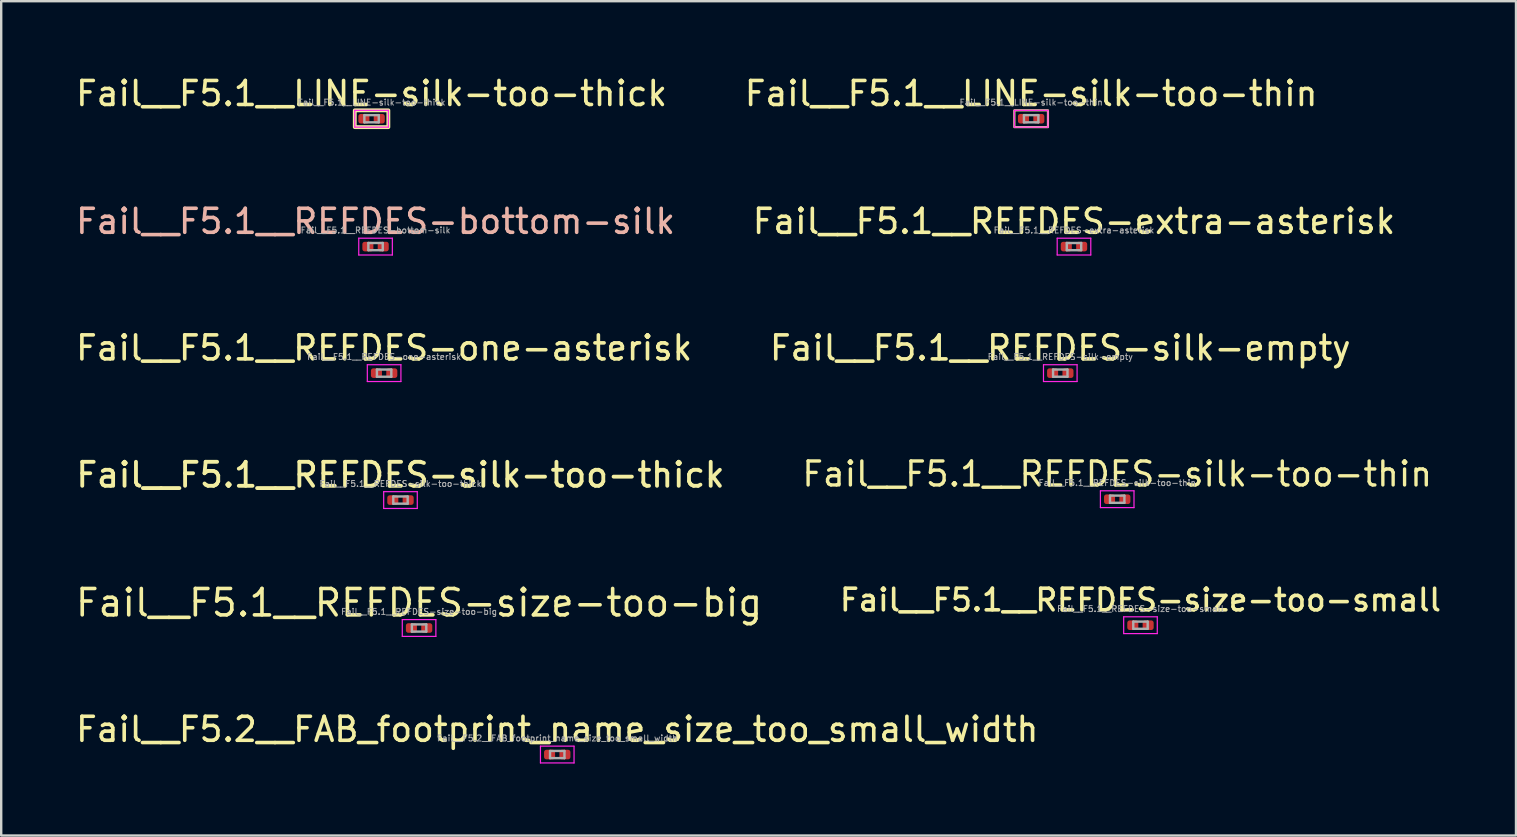
<source format=kicad_pcb>
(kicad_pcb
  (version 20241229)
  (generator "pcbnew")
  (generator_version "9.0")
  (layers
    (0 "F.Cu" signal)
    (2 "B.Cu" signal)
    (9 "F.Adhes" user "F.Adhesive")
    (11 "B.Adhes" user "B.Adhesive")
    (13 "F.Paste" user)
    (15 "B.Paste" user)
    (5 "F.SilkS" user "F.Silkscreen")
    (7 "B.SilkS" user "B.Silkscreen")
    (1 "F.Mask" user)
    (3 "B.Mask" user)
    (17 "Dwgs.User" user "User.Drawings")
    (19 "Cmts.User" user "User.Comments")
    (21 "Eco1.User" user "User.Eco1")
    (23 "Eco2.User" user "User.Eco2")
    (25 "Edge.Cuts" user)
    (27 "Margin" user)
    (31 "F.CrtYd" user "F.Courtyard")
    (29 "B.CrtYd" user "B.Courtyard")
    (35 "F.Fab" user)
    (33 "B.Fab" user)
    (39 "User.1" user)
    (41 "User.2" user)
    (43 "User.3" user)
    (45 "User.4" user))
  (footprint "Fail__F5.1__REFDES-extra-asterisk"
    (layer "F.Cu")
    (at 41.708 7.226)
    (property "Reference" "Fail__F5.1__REFDES-extra-asterisk" (at 0 -1.05 0) (layer "F.SilkS") (effects (font (size 1 1) (thickness 0.15))))
    (attr smd)
    (fp_line (start -0.7 -0.35) (end 0.7 -0.35) (stroke (width 0.05) (type solid)) (layer "F.CrtYd"))
    (fp_line (start -0.7 0.35) (end -0.7 -0.35) (stroke (width 0.05) (type solid)) (layer "F.CrtYd"))
    (fp_line (start 0.7 -0.35) (end 0.7 0.35) (stroke (width 0.05) (type solid)) (layer "F.CrtYd"))
    (fp_line (start 0.7 0.35) (end -0.7 0.35) (stroke (width 0.05) (type solid)) (layer "F.CrtYd"))
    (fp_line (start -0.3 -0.15) (end 0.3 -0.15) (stroke (width 0.1) (type solid)) (layer "F.Fab"))
    (fp_line (start -0.3 0.15) (end -0.3 -0.15) (stroke (width 0.1) (type solid)) (layer "F.Fab"))
    (fp_line (start 0.3 -0.15) (end 0.3 0.15) (stroke (width 0.1) (type solid)) (layer "F.Fab"))
    (fp_line (start 0.3 0.15) (end -0.3 0.15) (stroke (width 0.1) (type solid)) (layer "F.Fab"))
    (fp_text user "${REFERENCE}" (at 0 -0.68 0) (layer "F.Fab") (effects (font (size 0.25 0.25) (thickness 0.04))))
    (pad "" smd roundrect (at -0.345 0) (size 0.318 0.36) (layers "F.Paste") (roundrect_rratio 0.25))
    (pad "" smd roundrect (at 0.345 0) (size 0.318 0.36) (layers "F.Paste") (roundrect_rratio 0.25))
    (pad "1" smd roundrect (at -0.32 0) (size 0.46 0.4) (layers "F.Cu" "F.Mask") (roundrect_rratio 0.25))
    (pad "2" smd roundrect (at 0.32 0) (size 0.46 0.4) (layers "F.Cu" "F.Mask") (roundrect_rratio 0.25)))
  (footprint "Fail__F5.1__REFDES-bottom-silk"
    (layer "F.Cu")
    (at 12.601 7.226)
    (property "Reference" "Fail__F5.1__REFDES-bottom-silk" (at 0 -1.05 0) (layer "B.SilkS") (effects (font (size 1 1) (thickness 0.15))))
    (attr smd)
    (fp_line (start -0.7 -0.35) (end 0.7 -0.35) (stroke (width 0.05) (type solid)) (layer "F.CrtYd"))
    (fp_line (start -0.7 0.35) (end -0.7 -0.35) (stroke (width 0.05) (type solid)) (layer "F.CrtYd"))
    (fp_line (start 0.7 -0.35) (end 0.7 0.35) (stroke (width 0.05) (type solid)) (layer "F.CrtYd"))
    (fp_line (start 0.7 0.35) (end -0.7 0.35) (stroke (width 0.05) (type solid)) (layer "F.CrtYd"))
    (fp_line (start -0.3 -0.15) (end 0.3 -0.15) (stroke (width 0.1) (type solid)) (layer "F.Fab"))
    (fp_line (start -0.3 0.15) (end -0.3 -0.15) (stroke (width 0.1) (type solid)) (layer "F.Fab"))
    (fp_line (start 0.3 -0.15) (end 0.3 0.15) (stroke (width 0.1) (type solid)) (layer "F.Fab"))
    (fp_line (start 0.3 0.15) (end -0.3 0.15) (stroke (width 0.1) (type solid)) (layer "F.Fab"))
    (fp_text user "${REFERENCE}" (at 0 -0.68 0) (layer "F.Fab") (effects (font (size 0.25 0.25) (thickness 0.04))))
    (pad "" smd roundrect (at -0.345 0) (size 0.318 0.36) (layers "F.Paste") (roundrect_rratio 0.25))
    (pad "" smd roundrect (at 0.345 0) (size 0.318 0.36) (layers "F.Paste") (roundrect_rratio 0.25))
    (pad "1" smd roundrect (at -0.32 0) (size 0.46 0.4) (layers "F.Cu" "F.Mask") (roundrect_rratio 0.25))
    (pad "2" smd roundrect (at 0.32 0) (size 0.46 0.4) (layers "F.Cu" "F.Mask") (roundrect_rratio 0.25)))
  (footprint "Fail__F5.1__REFDES-silk-empty"
    (layer "F.Cu")
    (at 41.137 12.5)
    (property "Reference" "Fail__F5.1__REFDES-silk-empty" (at 0 -1.05 0) (layer "F.SilkS") (effects (font (size 1 1) (thickness 0.15))))
    (attr smd)
    (fp_line (start -0.7 -0.35) (end 0.7 -0.35) (stroke (width 0.05) (type solid)) (layer "F.CrtYd"))
    (fp_line (start -0.7 0.35) (end -0.7 -0.35) (stroke (width 0.05) (type solid)) (layer "F.CrtYd"))
    (fp_line (start 0.7 -0.35) (end 0.7 0.35) (stroke (width 0.05) (type solid)) (layer "F.CrtYd"))
    (fp_line (start 0.7 0.35) (end -0.7 0.35) (stroke (width 0.05) (type solid)) (layer "F.CrtYd"))
    (fp_line (start -0.3 -0.15) (end 0.3 -0.15) (stroke (width 0.1) (type solid)) (layer "F.Fab"))
    (fp_line (start -0.3 0.15) (end -0.3 -0.15) (stroke (width 0.1) (type solid)) (layer "F.Fab"))
    (fp_line (start 0.3 -0.15) (end 0.3 0.15) (stroke (width 0.1) (type solid)) (layer "F.Fab"))
    (fp_line (start 0.3 0.15) (end -0.3 0.15) (stroke (width 0.1) (type solid)) (layer "F.Fab"))
    (fp_text user "${REFERENCE}" (at 0 -0.68 0) (layer "F.Fab") (effects (font (size 0.25 0.25) (thickness 0.04))))
    (pad "" smd roundrect (at -0.345 0) (size 0.318 0.36) (layers "F.Paste") (roundrect_rratio 0.25))
    (pad "" smd roundrect (at 0.345 0) (size 0.318 0.36) (layers "F.Paste") (roundrect_rratio 0.25))
    (pad "1" smd roundrect (at -0.32 0) (size 0.46 0.4) (layers "F.Cu" "F.Mask") (roundrect_rratio 0.25))
    (pad "2" smd roundrect (at 0.32 0) (size 0.46 0.4) (layers "F.Cu" "F.Mask") (roundrect_rratio 0.25)))
  (footprint "Fail__F5.1__LINE-silk-too-thin"
    (layer "F.Cu")
    (at 39.923 1.898)
    (property "Reference" "Fail__F5.1__LINE-silk-too-thin" (at 0 -1.05 0) (layer "F.SilkS") (effects (font (size 1 1) (thickness 0.15))))
    (attr smd)
    (fp_rect (start -0.7 -0.35) (end 0.7 0.35) (stroke (width 0.09) (type solid)) (fill no) (layer "F.SilkS"))
    (fp_line (start -0.7 -0.35) (end 0.7 -0.35) (stroke (width 0.05) (type solid)) (layer "F.CrtYd"))
    (fp_line (start -0.7 0.35) (end -0.7 -0.35) (stroke (width 0.05) (type solid)) (layer "F.CrtYd"))
    (fp_line (start 0.7 -0.35) (end 0.7 0.35) (stroke (width 0.05) (type solid)) (layer "F.CrtYd"))
    (fp_line (start 0.7 0.35) (end -0.7 0.35) (stroke (width 0.05) (type solid)) (layer "F.CrtYd"))
    (fp_line (start -0.3 -0.15) (end 0.3 -0.15) (stroke (width 0.1) (type solid)) (layer "F.Fab"))
    (fp_line (start -0.3 0.15) (end -0.3 -0.15) (stroke (width 0.1) (type solid)) (layer "F.Fab"))
    (fp_line (start 0.3 -0.15) (end 0.3 0.15) (stroke (width 0.1) (type solid)) (layer "F.Fab"))
    (fp_line (start 0.3 0.15) (end -0.3 0.15) (stroke (width 0.1) (type solid)) (layer "F.Fab"))
    (fp_text user "${REFERENCE}" (at 0 -0.68 0) (layer "F.Fab") (effects (font (size 0.25 0.25) (thickness 0.04))))
    (pad "" smd roundrect (at -0.345 0) (size 0.318 0.36) (layers "F.Paste") (roundrect_rratio 0.25))
    (pad "" smd roundrect (at 0.345 0) (size 0.318 0.36) (layers "F.Paste") (roundrect_rratio 0.25))
    (pad "1" smd roundrect (at -0.32 0) (size 0.46 0.4) (layers "F.Cu" "F.Mask") (roundrect_rratio 0.25))
    (pad "2" smd roundrect (at 0.32 0) (size 0.46 0.4) (layers "F.Cu" "F.Mask") (roundrect_rratio 0.25)))
  (footprint "Fail__F5.1__REFDES-silk-too-thick"
    (layer "F.Cu")
    (at 13.64 17.791)
    (property "Reference" "Fail__F5.1__REFDES-silk-too-thick" (at 0 -1.05 0) (layer "F.SilkS") (effects (font (size 1 1) (thickness 0.16))))
    (attr smd)
    (fp_line (start -0.7 -0.35) (end 0.7 -0.35) (stroke (width 0.05) (type solid)) (layer "F.CrtYd"))
    (fp_line (start -0.7 0.35) (end -0.7 -0.35) (stroke (width 0.05) (type solid)) (layer "F.CrtYd"))
    (fp_line (start 0.7 -0.35) (end 0.7 0.35) (stroke (width 0.05) (type solid)) (layer "F.CrtYd"))
    (fp_line (start 0.7 0.35) (end -0.7 0.35) (stroke (width 0.05) (type solid)) (layer "F.CrtYd"))
    (fp_line (start -0.3 -0.15) (end 0.3 -0.15) (stroke (width 0.1) (type solid)) (layer "F.Fab"))
    (fp_line (start -0.3 0.15) (end -0.3 -0.15) (stroke (width 0.1) (type solid)) (layer "F.Fab"))
    (fp_line (start 0.3 -0.15) (end 0.3 0.15) (stroke (width 0.1) (type solid)) (layer "F.Fab"))
    (fp_line (start 0.3 0.15) (end -0.3 0.15) (stroke (width 0.1) (type solid)) (layer "F.Fab"))
    (fp_text user "${REFERENCE}" (at 0 -0.68 0) (layer "F.Fab") (effects (font (size 0.25 0.25) (thickness 0.04))))
    (pad "" smd roundrect (at -0.345 0) (size 0.318 0.36) (layers "F.Paste") (roundrect_rratio 0.25))
    (pad "" smd roundrect (at 0.345 0) (size 0.318 0.36) (layers "F.Paste") (roundrect_rratio 0.25))
    (pad "1" smd roundrect (at -0.32 0) (size 0.46 0.4) (layers "F.Cu" "F.Mask") (roundrect_rratio 0.25))
    (pad "2" smd roundrect (at 0.32 0) (size 0.46 0.4) (layers "F.Cu" "F.Mask") (roundrect_rratio 0.25)))
  (footprint "Fail__F5.1__REFDES-silk-too-thin"
    (layer "F.Cu")
    (at 43.509 17.755)
    (property "Reference" "Fail__F5.1__REFDES-silk-too-thin" (at 0 -1.05 0) (layer "F.SilkS") (effects (font (size 1 1) (thickness 0.14))))
    (attr smd)
    (fp_line (start -0.7 -0.35) (end 0.7 -0.35) (stroke (width 0.05) (type solid)) (layer "F.CrtYd"))
    (fp_line (start -0.7 0.35) (end -0.7 -0.35) (stroke (width 0.05) (type solid)) (layer "F.CrtYd"))
    (fp_line (start 0.7 -0.35) (end 0.7 0.35) (stroke (width 0.05) (type solid)) (layer "F.CrtYd"))
    (fp_line (start 0.7 0.35) (end -0.7 0.35) (stroke (width 0.05) (type solid)) (layer "F.CrtYd"))
    (fp_line (start -0.3 -0.15) (end 0.3 -0.15) (stroke (width 0.1) (type solid)) (layer "F.Fab"))
    (fp_line (start -0.3 0.15) (end -0.3 -0.15) (stroke (width 0.1) (type solid)) (layer "F.Fab"))
    (fp_line (start 0.3 -0.15) (end 0.3 0.15) (stroke (width 0.1) (type solid)) (layer "F.Fab"))
    (fp_line (start 0.3 0.15) (end -0.3 0.15) (stroke (width 0.1) (type solid)) (layer "F.Fab"))
    (fp_text user "${REFERENCE}" (at 0 -0.68 0) (layer "F.Fab") (effects (font (size 0.25 0.25) (thickness 0.04))))
    (pad "" smd roundrect (at -0.345 0) (size 0.318 0.36) (layers "F.Paste") (roundrect_rratio 0.25))
    (pad "" smd roundrect (at 0.345 0) (size 0.318 0.36) (layers "F.Paste") (roundrect_rratio 0.25))
    (pad "1" smd roundrect (at -0.32 0) (size 0.46 0.4) (layers "F.Cu" "F.Mask") (roundrect_rratio 0.25))
    (pad "2" smd roundrect (at 0.32 0) (size 0.46 0.4) (layers "F.Cu" "F.Mask") (roundrect_rratio 0.25)))
  (footprint "Fail__F5.1__REFDES-size-too-small"
    (layer "F.Cu")
    (at 44.479 23.005)
    (property "Reference" "Fail__F5.1__REFDES-size-too-small" (at 0 -1.05 0) (layer "F.SilkS") (effects (font (size 0.9 0.9) (thickness 0.15))))
    (attr smd)
    (fp_line (start -0.7 -0.35) (end 0.7 -0.35) (stroke (width 0.05) (type solid)) (layer "F.CrtYd"))
    (fp_line (start -0.7 0.35) (end -0.7 -0.35) (stroke (width 0.05) (type solid)) (layer "F.CrtYd"))
    (fp_line (start 0.7 -0.35) (end 0.7 0.35) (stroke (width 0.05) (type solid)) (layer "F.CrtYd"))
    (fp_line (start 0.7 0.35) (end -0.7 0.35) (stroke (width 0.05) (type solid)) (layer "F.CrtYd"))
    (fp_line (start -0.3 -0.15) (end 0.3 -0.15) (stroke (width 0.1) (type solid)) (layer "F.Fab"))
    (fp_line (start -0.3 0.15) (end -0.3 -0.15) (stroke (width 0.1) (type solid)) (layer "F.Fab"))
    (fp_line (start 0.3 -0.15) (end 0.3 0.15) (stroke (width 0.1) (type solid)) (layer "F.Fab"))
    (fp_line (start 0.3 0.15) (end -0.3 0.15) (stroke (width 0.1) (type solid)) (layer "F.Fab"))
    (fp_text user "${REFERENCE}" (at 0 -0.68 0) (layer "F.Fab") (effects (font (size 0.25 0.25) (thickness 0.04))))
    (pad "" smd roundrect (at -0.345 0) (size 0.318 0.36) (layers "F.Paste") (roundrect_rratio 0.25))
    (pad "" smd roundrect (at 0.345 0) (size 0.318 0.36) (layers "F.Paste") (roundrect_rratio 0.25))
    (pad "1" smd roundrect (at -0.32 0) (size 0.46 0.4) (layers "F.Cu" "F.Mask") (roundrect_rratio 0.25))
    (pad "2" smd roundrect (at 0.32 0) (size 0.46 0.4) (layers "F.Cu" "F.Mask") (roundrect_rratio 0.25)))
  (footprint "Fail__F5.1__REFDES-size-too-big"
    (layer "F.Cu")
    (at 14.415 23.122)
    (property "Reference" "Fail__F5.1__REFDES-size-too-big" (at 0 -1.05 0) (layer "F.SilkS") (effects (font (size 1.1 1.1) (thickness 0.15))))
    (attr smd)
    (fp_line (start -0.7 -0.35) (end 0.7 -0.35) (stroke (width 0.05) (type solid)) (layer "F.CrtYd"))
    (fp_line (start -0.7 0.35) (end -0.7 -0.35) (stroke (width 0.05) (type solid)) (layer "F.CrtYd"))
    (fp_line (start 0.7 -0.35) (end 0.7 0.35) (stroke (width 0.05) (type solid)) (layer "F.CrtYd"))
    (fp_line (start 0.7 0.35) (end -0.7 0.35) (stroke (width 0.05) (type solid)) (layer "F.CrtYd"))
    (fp_line (start -0.3 -0.15) (end 0.3 -0.15) (stroke (width 0.1) (type solid)) (layer "F.Fab"))
    (fp_line (start -0.3 0.15) (end -0.3 -0.15) (stroke (width 0.1) (type solid)) (layer "F.Fab"))
    (fp_line (start 0.3 -0.15) (end 0.3 0.15) (stroke (width 0.1) (type solid)) (layer "F.Fab"))
    (fp_line (start 0.3 0.15) (end -0.3 0.15) (stroke (width 0.1) (type solid)) (layer "F.Fab"))
    (fp_text user "${REFERENCE}" (at 0 -0.68 0) (layer "F.Fab") (effects (font (size 0.25 0.25) (thickness 0.04))))
    (pad "" smd roundrect (at -0.345 0) (size 0.318 0.36) (layers "F.Paste") (roundrect_rratio 0.25))
    (pad "" smd roundrect (at 0.345 0) (size 0.318 0.36) (layers "F.Paste") (roundrect_rratio 0.25))
    (pad "1" smd roundrect (at -0.32 0) (size 0.46 0.4) (layers "F.Cu" "F.Mask") (roundrect_rratio 0.25))
    (pad "2" smd roundrect (at 0.32 0) (size 0.46 0.4) (layers "F.Cu" "F.Mask") (roundrect_rratio 0.25)))
  (footprint "Fail__F5.2__FAB_footprint_name_size_too_small_width"
    (layer "F.Cu")
    (at 20.173 28.396)
    (property "Reference" "Fail__F5.2__FAB_footprint_name_size_too_small_width" (at 0 -1.05 0) (layer "F.SilkS") (effects (font (size 1 1) (thickness 0.15))))
    (attr smd)
    (fp_line (start -0.7 -0.35) (end 0.7 -0.35) (stroke (width 0.05) (type solid)) (layer "F.CrtYd"))
    (fp_line (start -0.7 0.35) (end -0.7 -0.35) (stroke (width 0.05) (type solid)) (layer "F.CrtYd"))
    (fp_line (start 0.7 -0.35) (end 0.7 0.35) (stroke (width 0.05) (type solid)) (layer "F.CrtYd"))
    (fp_line (start 0.7 0.35) (end -0.7 0.35) (stroke (width 0.05) (type solid)) (layer "F.CrtYd"))
    (fp_line (start -0.3 -0.15) (end 0.3 -0.15) (stroke (width 0.1) (type solid)) (layer "F.Fab"))
    (fp_line (start -0.3 0.15) (end -0.3 -0.15) (stroke (width 0.1) (type solid)) (layer "F.Fab"))
    (fp_line (start 0.3 -0.15) (end 0.3 0.15) (stroke (width 0.1) (type solid)) (layer "F.Fab"))
    (fp_line (start 0.3 0.15) (end -0.3 0.15) (stroke (width 0.1) (type solid)) (layer "F.Fab"))
    (fp_text user "${REFERENCE}" (at 0 -0.68 0) (layer "F.Fab") (effects (font (size 0.25 0.25) (thickness 0.04))))
    (pad "" smd roundrect (at -0.345 0) (size 0.318 0.36) (layers "F.Paste") (roundrect_rratio 0.25))
    (pad "" smd roundrect (at 0.345 0) (size 0.318 0.36) (layers "F.Paste") (roundrect_rratio 0.25))
    (pad "1" smd roundrect (at -0.32 0) (size 0.46 0.4) (layers "F.Cu" "F.Mask") (roundrect_rratio 0.25))
    (pad "2" smd roundrect (at 0.32 0) (size 0.46 0.4) (layers "F.Cu" "F.Mask") (roundrect_rratio 0.25)))
  (footprint "Fail__F5.1__REFDES-one-asterisk"
    (layer "F.Cu")
    (at 12.958 12.5)
    (property "Reference" "Fail__F5.1__REFDES-one-asterisk" (at 0 -1.05 0) (layer "F.SilkS") (effects (font (size 1 1) (thickness 0.15))))
    (attr smd)
    (fp_line (start -0.7 -0.35) (end 0.7 -0.35) (stroke (width 0.05) (type solid)) (layer "F.CrtYd"))
    (fp_line (start -0.7 0.35) (end -0.7 -0.35) (stroke (width 0.05) (type solid)) (layer "F.CrtYd"))
    (fp_line (start 0.7 -0.35) (end 0.7 0.35) (stroke (width 0.05) (type solid)) (layer "F.CrtYd"))
    (fp_line (start 0.7 0.35) (end -0.7 0.35) (stroke (width 0.05) (type solid)) (layer "F.CrtYd"))
    (fp_line (start -0.3 -0.15) (end 0.3 -0.15) (stroke (width 0.1) (type solid)) (layer "F.Fab"))
    (fp_line (start -0.3 0.15) (end -0.3 -0.15) (stroke (width 0.1) (type solid)) (layer "F.Fab"))
    (fp_line (start 0.3 -0.15) (end 0.3 0.15) (stroke (width 0.1) (type solid)) (layer "F.Fab"))
    (fp_line (start 0.3 0.15) (end -0.3 0.15) (stroke (width 0.1) (type solid)) (layer "F.Fab"))
    (fp_text user "${REFERENCE}" (at 0 -0.68 0) (layer "F.Fab") (effects (font (size 0.25 0.25) (thickness 0.04))))
    (pad "" smd roundrect (at -0.345 0) (size 0.318 0.36) (layers "F.Paste") (roundrect_rratio 0.25))
    (pad "" smd roundrect (at 0.345 0) (size 0.318 0.36) (layers "F.Paste") (roundrect_rratio 0.25))
    (pad "1" smd roundrect (at -0.32 0) (size 0.46 0.4) (layers "F.Cu" "F.Mask") (roundrect_rratio 0.25))
    (pad "2" smd roundrect (at 0.32 0) (size 0.46 0.4) (layers "F.Cu" "F.Mask") (roundrect_rratio 0.25)))
  (footprint "Fail__F5.1__LINE-silk-too-thick"
    (layer "F.Cu")
    (at 12.435 1.898)
    (property "Reference" "Fail__F5.1__LINE-silk-too-thick" (at 0 -1.05 0) (layer "F.SilkS") (effects (font (size 1 1) (thickness 0.15))))
    (attr smd)
    (fp_rect (start -0.7 -0.35) (end 0.7 0.35) (stroke (width 0.16) (type solid)) (fill no) (layer "F.SilkS"))
    (fp_line (start -0.7 -0.35) (end 0.7 -0.35) (stroke (width 0.05) (type solid)) (layer "F.CrtYd"))
    (fp_line (start -0.7 0.35) (end -0.7 -0.35) (stroke (width 0.05) (type solid)) (layer "F.CrtYd"))
    (fp_line (start 0.7 -0.35) (end 0.7 0.35) (stroke (width 0.05) (type solid)) (layer "F.CrtYd"))
    (fp_line (start 0.7 0.35) (end -0.7 0.35) (stroke (width 0.05) (type solid)) (layer "F.CrtYd"))
    (fp_line (start -0.3 -0.15) (end 0.3 -0.15) (stroke (width 0.1) (type solid)) (layer "F.Fab"))
    (fp_line (start -0.3 0.15) (end -0.3 -0.15) (stroke (width 0.1) (type solid)) (layer "F.Fab"))
    (fp_line (start 0.3 -0.15) (end 0.3 0.15) (stroke (width 0.1) (type solid)) (layer "F.Fab"))
    (fp_line (start 0.3 0.15) (end -0.3 0.15) (stroke (width 0.1) (type solid)) (layer "F.Fab"))
    (fp_text user "${REFERENCE}" (at 0 -0.68 0) (layer "F.Fab") (effects (font (size 0.25 0.25) (thickness 0.04))))
    (pad "" smd roundrect (at -0.345 0) (size 0.318 0.36) (layers "F.Paste") (roundrect_rratio 0.25))
    (pad "" smd roundrect (at 0.345 0) (size 0.318 0.36) (layers "F.Paste") (roundrect_rratio 0.25))
    (pad "1" smd roundrect (at -0.32 0) (size 0.46 0.4) (layers "F.Cu" "F.Mask") (roundrect_rratio 0.25))
    (pad "2" smd roundrect (at 0.32 0) (size 0.46 0.4) (layers "F.Cu" "F.Mask") (roundrect_rratio 0.25)))
  (gr_rect
    (start -3 -3)
    (end 60.129 31.771)
    (stroke (width 0.1) (type default))
    (fill no)
    (layer "Edge.Cuts")))
</source>
